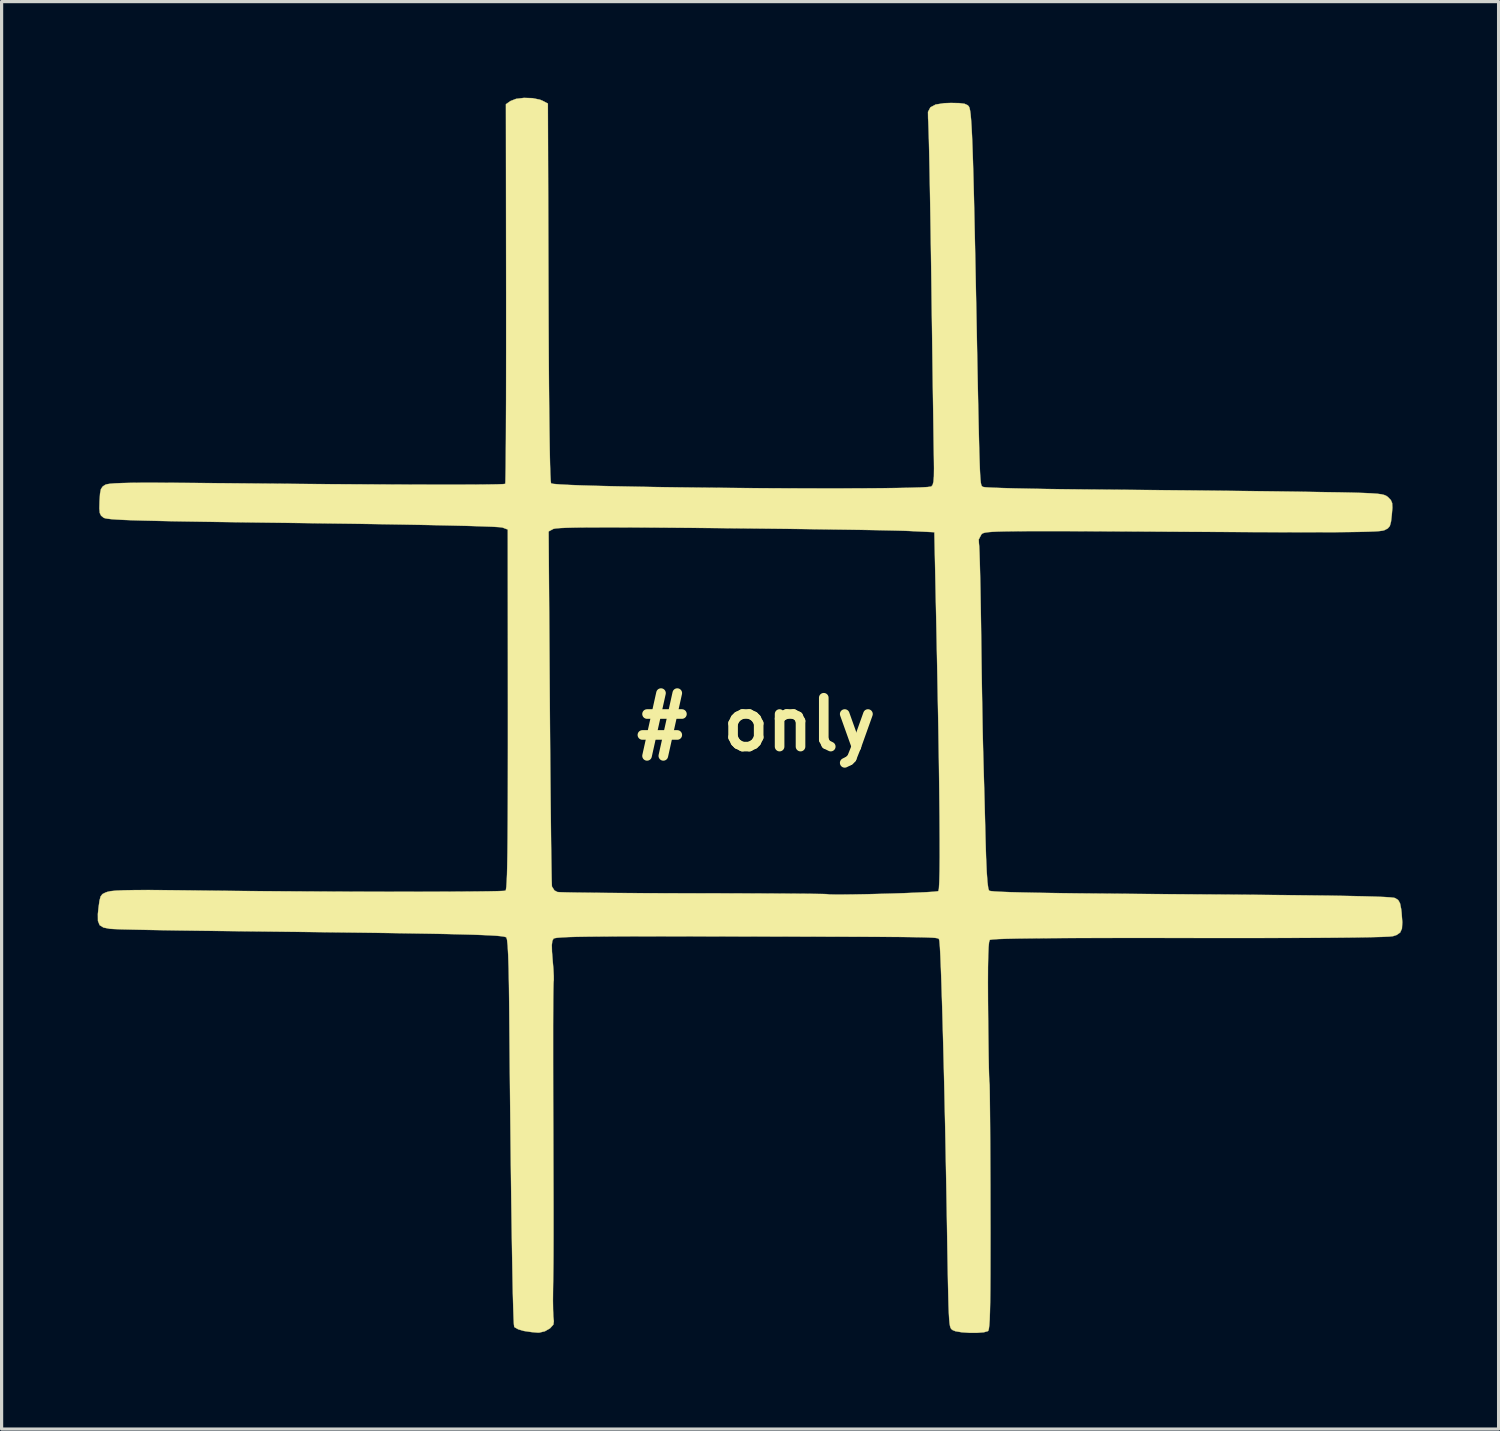
<source format=kicad_pcb>
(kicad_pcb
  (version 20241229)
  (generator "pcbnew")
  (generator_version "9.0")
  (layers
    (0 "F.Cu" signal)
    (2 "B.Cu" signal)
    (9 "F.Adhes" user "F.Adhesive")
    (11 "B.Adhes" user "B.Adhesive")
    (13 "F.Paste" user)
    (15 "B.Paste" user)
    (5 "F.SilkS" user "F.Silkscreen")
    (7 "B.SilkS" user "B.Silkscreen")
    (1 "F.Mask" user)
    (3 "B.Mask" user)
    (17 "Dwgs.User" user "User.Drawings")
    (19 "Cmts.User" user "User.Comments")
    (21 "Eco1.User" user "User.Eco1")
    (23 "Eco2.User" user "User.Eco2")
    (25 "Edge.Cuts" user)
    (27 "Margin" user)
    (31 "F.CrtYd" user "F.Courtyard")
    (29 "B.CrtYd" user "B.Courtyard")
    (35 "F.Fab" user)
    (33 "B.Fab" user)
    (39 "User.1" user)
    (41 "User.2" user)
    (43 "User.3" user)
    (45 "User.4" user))
  (footprint "# only"
    (layer "F.Cu")
    (at 20.554 19.56)
    (property "Reference" "# only" (at 0 0 0) (layer "F.SilkS") (effects (font (size 1.524 1.524) (thickness 0.3))))
    (attr through_hole)
    (fp_poly (pts (xy -6.988 -19.547) (xy -6.756 -19.5) (xy -6.679 -19.469) (xy -6.506 -19.379) (xy -6.487 -13.484) (xy -6.483 -12.415) (xy -6.478 -11.441) (xy -6.472 -10.568) (xy -6.465 -9.797) (xy -6.457 -9.133) (xy -6.448 -8.578) (xy -6.439 -8.137) (xy -6.429 -7.812) (xy -6.418 -7.607) (xy -6.407 -7.526) (xy -6.406 -7.525) (xy -6.328 -7.508) (xy -6.133 -7.492) (xy -5.834 -7.476) (xy -5.44 -7.461) (xy -4.963 -7.447) (xy -4.413 -7.434) (xy -3.802 -7.422) (xy -3.14 -7.41) (xy -2.438 -7.4) (xy -1.708 -7.391) (xy -0.959 -7.384) (xy -0.204 -7.377) (xy 0.548 -7.372) (xy 1.285 -7.369) (xy 1.996 -7.368) (xy 2.671 -7.368) (xy 3.298 -7.37) (xy 3.866 -7.374) (xy 4.366 -7.38) (xy 4.785 -7.388) (xy 5.113 -7.398) (xy 5.339 -7.41) (xy 5.452 -7.425) (xy 5.461 -7.429) (xy 5.502 -7.477) (xy 5.528 -7.575) (xy 5.542 -7.743) (xy 5.545 -8) (xy 5.542 -8.269) (xy 5.539 -8.46) (xy 5.534 -8.766) (xy 5.528 -9.175) (xy 5.521 -9.675) (xy 5.512 -10.254) (xy 5.503 -10.9) (xy 5.493 -11.602) (xy 5.483 -12.346) (xy 5.472 -13.122) (xy 5.462 -13.865) (xy 5.451 -14.642) (xy 5.44 -15.386) (xy 5.428 -16.087) (xy 5.417 -16.734) (xy 5.406 -17.317) (xy 5.395 -17.827) (xy 5.385 -18.251) (xy 5.375 -18.58) (xy 5.367 -18.804) (xy 5.36 -18.912) (xy 5.36 -18.914) (xy 5.357 -19.118) (xy 5.432 -19.26) (xy 5.597 -19.348) (xy 5.866 -19.39) (xy 6.073 -19.397) (xy 6.334 -19.392) (xy 6.498 -19.371) (xy 6.595 -19.327) (xy 6.632 -19.288) (xy 6.651 -19.246) (xy 6.669 -19.168) (xy 6.686 -19.049) (xy 6.701 -18.881) (xy 6.716 -18.656) (xy 6.731 -18.368) (xy 6.745 -18.009) (xy 6.76 -17.573) (xy 6.775 -17.051) (xy 6.791 -16.438) (xy 6.807 -15.724) (xy 6.825 -14.905) (xy 6.844 -13.971) (xy 6.862 -13.081) (xy 6.881 -12.109) (xy 6.897 -11.256) (xy 6.912 -10.514) (xy 6.925 -9.876) (xy 6.937 -9.333) (xy 6.948 -8.878) (xy 6.957 -8.503) (xy 6.967 -8.2) (xy 6.976 -7.961) (xy 6.985 -7.778) (xy 6.995 -7.643) (xy 7.005 -7.55) (xy 7.017 -7.488) (xy 7.03 -7.452) (xy 7.044 -7.433) (xy 7.06 -7.423) (xy 7.079 -7.414) (xy 7.08 -7.413) (xy 7.16 -7.402) (xy 7.356 -7.391) (xy 7.656 -7.38) (xy 8.048 -7.369) (xy 8.521 -7.359) (xy 9.063 -7.349) (xy 9.663 -7.341) (xy 10.309 -7.334) (xy 10.877 -7.329) (xy 11.653 -7.322) (xy 12.474 -7.315) (xy 13.314 -7.307) (xy 14.15 -7.298) (xy 14.959 -7.289) (xy 15.717 -7.281) (xy 16.399 -7.272) (xy 16.982 -7.264) (xy 17.071 -7.262) (xy 17.7 -7.252) (xy 18.215 -7.244) (xy 18.627 -7.235) (xy 18.95 -7.225) (xy 19.195 -7.214) (xy 19.376 -7.201) (xy 19.503 -7.185) (xy 19.591 -7.164) (xy 19.652 -7.139) (xy 19.697 -7.109) (xy 19.72 -7.089) (xy 19.802 -7.003) (xy 19.842 -6.909) (xy 19.849 -6.766) (xy 19.832 -6.549) (xy 19.806 -6.327) (xy 19.77 -6.195) (xy 19.707 -6.12) (xy 19.601 -6.064) (xy 19.596 -6.063) (xy 19.542 -6.049) (xy 19.444 -6.036) (xy 19.297 -6.026) (xy 19.094 -6.018) (xy 18.828 -6.011) (xy 18.492 -6.006) (xy 18.079 -6.002) (xy 17.582 -6.001) (xy 16.994 -6) (xy 16.31 -6.002) (xy 15.52 -6.004) (xy 14.62 -6.009) (xy 13.602 -6.014) (xy 13.27 -6.016) (xy 12.25 -6.022) (xy 11.35 -6.027) (xy 10.561 -6.031) (xy 9.876 -6.034) (xy 9.289 -6.035) (xy 8.79 -6.035) (xy 8.372 -6.034) (xy 8.029 -6.031) (xy 7.752 -6.027) (xy 7.533 -6.021) (xy 7.366 -6.013) (xy 7.242 -6.003) (xy 7.154 -5.991) (xy 7.095 -5.977) (xy 7.056 -5.96) (xy 7.031 -5.942) (xy 7.026 -5.937) (xy 6.94 -5.774) (xy 6.946 -5.657) (xy 6.955 -5.56) (xy 6.964 -5.35) (xy 6.974 -5.041) (xy 6.984 -4.648) (xy 6.994 -4.184) (xy 7.003 -3.663) (xy 7.012 -3.101) (xy 7.016 -2.794) (xy 7.024 -2.169) (xy 7.033 -1.541) (xy 7.043 -0.929) (xy 7.053 -0.356) (xy 7.062 0.158) (xy 7.072 0.592) (xy 7.08 0.924) (xy 7.082 0.984) (xy 7.093 1.382) (xy 7.107 1.869) (xy 7.122 2.406) (xy 7.136 2.955) (xy 7.149 3.477) (xy 7.152 3.588) (xy 7.169 4.149) (xy 7.189 4.592) (xy 7.212 4.914) (xy 7.238 5.114) (xy 7.262 5.185) (xy 7.313 5.198) (xy 7.44 5.211) (xy 7.648 5.222) (xy 7.943 5.233) (xy 8.328 5.243) (xy 8.809 5.253) (xy 9.39 5.262) (xy 10.076 5.271) (xy 10.872 5.279) (xy 11.783 5.287) (xy 12.812 5.295) (xy 13.557 5.301) (xy 14.668 5.309) (xy 15.657 5.317) (xy 16.528 5.325) (xy 17.288 5.334) (xy 17.941 5.342) (xy 18.493 5.352) (xy 18.947 5.362) (xy 19.31 5.372) (xy 19.586 5.383) (xy 19.78 5.395) (xy 19.898 5.408) (xy 19.939 5.419) (xy 20.032 5.481) (xy 20.088 5.581) (xy 20.123 5.754) (xy 20.137 5.874) (xy 20.159 6.171) (xy 20.148 6.369) (xy 20.092 6.492) (xy 19.984 6.568) (xy 19.872 6.605) (xy 19.758 6.618) (xy 19.519 6.629) (xy 19.153 6.638) (xy 18.662 6.646) (xy 18.047 6.653) (xy 17.308 6.658) (xy 16.445 6.661) (xy 15.46 6.663) (xy 14.352 6.663) (xy 13.491 6.662) (xy 12.383 6.661) (xy 11.396 6.661) (xy 10.528 6.662) (xy 9.774 6.664) (xy 9.129 6.668) (xy 8.588 6.673) (xy 8.147 6.679) (xy 7.802 6.687) (xy 7.548 6.696) (xy 7.381 6.707) (xy 7.296 6.719) (xy 7.284 6.724) (xy 7.263 6.791) (xy 7.247 6.95) (xy 7.236 7.207) (xy 7.229 7.569) (xy 7.227 8.041) (xy 7.229 8.631) (xy 7.232 8.969) (xy 7.237 9.483) (xy 7.243 9.955) (xy 7.249 10.371) (xy 7.256 10.717) (xy 7.263 10.977) (xy 7.269 11.136) (xy 7.274 11.182) (xy 7.279 11.25) (xy 7.283 11.435) (xy 7.287 11.724) (xy 7.291 12.107) (xy 7.295 12.573) (xy 7.298 13.11) (xy 7.301 13.708) (xy 7.304 14.355) (xy 7.305 15.04) (xy 7.305 15.049) (xy 7.307 15.865) (xy 7.306 16.563) (xy 7.305 17.151) (xy 7.302 17.637) (xy 7.297 18.032) (xy 7.29 18.342) (xy 7.282 18.576) (xy 7.27 18.744) (xy 7.257 18.854) (xy 7.241 18.914) (xy 7.228 18.931) (xy 7.101 18.967) (xy 6.892 18.984) (xy 6.646 18.984) (xy 6.406 18.967) (xy 6.215 18.935) (xy 6.13 18.901) (xy 6.103 18.882) (xy 6.08 18.86) (xy 6.061 18.827) (xy 6.044 18.771) (xy 6.03 18.684) (xy 6.018 18.554) (xy 6.008 18.373) (xy 5.998 18.13) (xy 5.99 17.815) (xy 5.981 17.418) (xy 5.972 16.929) (xy 5.961 16.339) (xy 5.95 15.637) (xy 5.943 15.208) (xy 5.926 14.276) (xy 5.909 13.358) (xy 5.891 12.465) (xy 5.872 11.604) (xy 5.853 10.784) (xy 5.833 10.015) (xy 5.814 9.305) (xy 5.795 8.662) (xy 5.777 8.096) (xy 5.76 7.614) (xy 5.744 7.227) (xy 5.729 6.942) (xy 5.715 6.769) (xy 5.706 6.717) (xy 5.699 6.703) (xy 5.692 6.69) (xy 5.677 6.679) (xy 5.647 6.67) (xy 5.596 6.661) (xy 5.516 6.654) (xy 5.401 6.648) (xy 5.242 6.642) (xy 5.034 6.638) (xy 4.768 6.634) (xy 4.438 6.63) (xy 4.037 6.628) (xy 3.558 6.625) (xy 2.993 6.623) (xy 2.336 6.621) (xy 1.579 6.619) (xy 0.715 6.617) (xy -0.263 6.615) (xy -1.203 6.613) (xy -2.154 6.611) (xy -2.986 6.61) (xy -3.706 6.611) (xy -4.32 6.612) (xy -4.836 6.616) (xy -5.263 6.62) (xy -5.606 6.626) (xy -5.873 6.634) (xy -6.072 6.644) (xy -6.209 6.655) (xy -6.293 6.668) (xy -6.33 6.684) (xy -6.368 6.755) (xy -6.383 6.884) (xy -6.378 7.095) (xy -6.356 7.368) (xy -6.334 7.632) (xy -6.323 7.847) (xy -6.322 7.983) (xy -6.327 8.014) (xy -6.331 8.083) (xy -6.335 8.269) (xy -6.339 8.559) (xy -6.341 8.942) (xy -6.343 9.406) (xy -6.343 9.94) (xy -6.343 10.533) (xy -6.342 11.174) (xy -6.341 11.728) (xy -6.337 12.627) (xy -6.335 13.41) (xy -6.333 14.089) (xy -6.331 14.674) (xy -6.33 15.176) (xy -6.33 15.607) (xy -6.33 15.977) (xy -6.331 16.299) (xy -6.332 16.582) (xy -6.334 16.839) (xy -6.337 17.08) (xy -6.34 17.316) (xy -6.344 17.559) (xy -6.345 17.653) (xy -6.348 17.978) (xy -6.344 18.262) (xy -6.336 18.479) (xy -6.323 18.602) (xy -6.319 18.614) (xy -6.334 18.728) (xy -6.439 18.844) (xy -6.599 18.936) (xy -6.78 18.979) (xy -6.819 18.979) (xy -7.02 18.961) (xy -7.243 18.928) (xy -7.261 18.925) (xy -7.431 18.875) (xy -7.543 18.812) (xy -7.555 18.798) (xy -7.566 18.719) (xy -7.576 18.517) (xy -7.587 18.196) (xy -7.599 17.759) (xy -7.61 17.211) (xy -7.622 16.556) (xy -7.634 15.797) (xy -7.647 14.938) (xy -7.659 13.983) (xy -7.671 12.936) (xy -7.684 11.801) (xy -7.696 10.581) (xy -7.708 9.281) (xy -7.712 8.812) (xy -7.72 8.152) (xy -7.73 7.615) (xy -7.744 7.2) (xy -7.76 6.902) (xy -7.78 6.718) (xy -7.801 6.647) (xy -7.828 6.632) (xy -7.886 6.618) (xy -7.981 6.605) (xy -8.12 6.592) (xy -8.307 6.581) (xy -8.549 6.57) (xy -8.852 6.559) (xy -9.222 6.549) (xy -9.665 6.538) (xy -10.186 6.528) (xy -10.791 6.518) (xy -11.487 6.507) (xy -12.279 6.496) (xy -13.173 6.485) (xy -14.176 6.473) (xy -15.292 6.46) (xy -16.528 6.446) (xy -16.796 6.443) (xy -17.422 6.435) (xy -18.017 6.427) (xy -18.567 6.418) (xy -19.058 6.409) (xy -19.478 6.4) (xy -19.812 6.392) (xy -20.047 6.383) (xy -20.169 6.376) (xy -20.172 6.376) (xy -20.373 6.337) (xy -20.493 6.263) (xy -20.547 6.131) (xy -20.549 5.914) (xy -20.531 5.735) (xy -20.5 5.505) (xy -20.465 5.369) (xy -20.407 5.293) (xy -20.31 5.244) (xy -20.256 5.225) (xy -20.154 5.202) (xy -19.984 5.185) (xy -19.737 5.174) (xy -19.401 5.168) (xy -18.968 5.166) (xy -18.427 5.17) (xy -17.875 5.176) (xy -17.155 5.185) (xy -16.399 5.193) (xy -15.619 5.2) (xy -14.824 5.206) (xy -14.025 5.211) (xy -13.231 5.215) (xy -12.454 5.218) (xy -11.703 5.219) (xy -10.989 5.22) (xy -10.321 5.219) (xy -9.711 5.218) (xy -9.169 5.215) (xy -8.704 5.211) (xy -8.327 5.206) (xy -8.049 5.2) (xy -7.879 5.193) (xy -7.828 5.186) (xy -7.814 5.151) (xy -7.801 5.06) (xy -7.791 4.906) (xy -7.781 4.684) (xy -7.774 4.386) (xy -7.767 4.007) (xy -7.762 3.54) (xy -7.758 2.978) (xy -7.755 2.316) (xy -7.754 1.547) (xy -7.753 0.665) (xy -7.753 -0.338) (xy -7.753 -0.473) (xy -7.756 -6.025) (xy -6.483 -6.025) (xy -6.445 -0.552) (xy -6.439 0.274) (xy -6.433 1.064) (xy -6.426 1.811) (xy -6.419 2.504) (xy -6.412 3.133) (xy -6.406 3.691) (xy -6.399 4.166) (xy -6.393 4.55) (xy -6.388 4.833) (xy -6.382 5.006) (xy -6.379 5.057) (xy -6.301 5.179) (xy -6.208 5.228) (xy -6.121 5.234) (xy -5.918 5.24) (xy -5.61 5.246) (xy -5.208 5.251) (xy -4.723 5.256) (xy -4.167 5.26) (xy -3.55 5.264) (xy -2.883 5.267) (xy -2.178 5.269) (xy -1.94 5.269) (xy -1.228 5.27) (xy -0.555 5.272) (xy 0.069 5.274) (xy 0.634 5.277) (xy 1.129 5.28) (xy 1.543 5.283) (xy 1.866 5.287) (xy 2.087 5.29) (xy 2.195 5.294) (xy 2.205 5.295) (xy 2.276 5.304) (xy 2.455 5.308) (xy 2.719 5.308) (xy 3.05 5.304) (xy 3.428 5.297) (xy 3.83 5.287) (xy 4.239 5.276) (xy 4.632 5.263) (xy 4.991 5.248) (xy 5.295 5.234) (xy 5.523 5.22) (xy 5.656 5.206) (xy 5.681 5.199) (xy 5.698 5.118) (xy 5.71 4.912) (xy 5.719 4.581) (xy 5.723 4.129) (xy 5.722 3.555) (xy 5.718 2.862) (xy 5.709 2.051) (xy 5.697 1.124) (xy 5.68 0.081) (xy 5.658 -1.075) (xy 5.633 -2.342) (xy 5.628 -2.603) (xy 5.556 -6.001) (xy 4.763 -6.04) (xy 4.573 -6.047) (xy 4.267 -6.055) (xy 3.858 -6.064) (xy 3.357 -6.073) (xy 2.775 -6.082) (xy 2.124 -6.091) (xy 1.416 -6.101) (xy 0.661 -6.11) (xy -0.128 -6.119) (xy -0.939 -6.127) (xy -1.114 -6.129) (xy -2.088 -6.138) (xy -2.941 -6.145) (xy -3.681 -6.15) (xy -4.314 -6.152) (xy -4.847 -6.152) (xy -5.287 -6.151) (xy -5.641 -6.147) (xy -5.915 -6.14) (xy -6.116 -6.131) (xy -6.251 -6.12) (xy -6.326 -6.107) (xy -6.34 -6.101) (xy -6.483 -6.025) (xy -7.756 -6.025) (xy -7.756 -6.084) (xy -7.926 -6.148) (xy -8.018 -6.159) (xy -8.232 -6.172) (xy -8.562 -6.184) (xy -9.002 -6.198) (xy -9.546 -6.211) (xy -10.191 -6.225) (xy -10.928 -6.239) (xy -11.755 -6.253) (xy -12.663 -6.267) (xy -13.649 -6.28) (xy -14.161 -6.287) (xy -15.195 -6.3) (xy -16.109 -6.312) (xy -16.911 -6.323) (xy -17.608 -6.334) (xy -18.207 -6.344) (xy -18.714 -6.355) (xy -19.138 -6.365) (xy -19.486 -6.375) (xy -19.764 -6.386) (xy -19.981 -6.398) (xy -20.142 -6.41) (xy -20.256 -6.424) (xy -20.33 -6.438) (xy -20.37 -6.454) (xy -20.37 -6.454) (xy -20.449 -6.517) (xy -20.49 -6.602) (xy -20.503 -6.743) (xy -20.497 -6.971) (xy -20.482 -7.203) (xy -20.454 -7.344) (xy -20.4 -7.426) (xy -20.32 -7.48) (xy -20.265 -7.498) (xy -20.169 -7.513) (xy -20.022 -7.525) (xy -19.817 -7.534) (xy -19.542 -7.541) (xy -19.19 -7.544) (xy -18.75 -7.544) (xy -18.214 -7.542) (xy -17.572 -7.538) (xy -16.815 -7.531) (xy -16.573 -7.529) (xy -15.42 -7.518) (xy -14.326 -7.508) (xy -13.298 -7.5) (xy -12.34 -7.494) (xy -11.459 -7.489) (xy -10.659 -7.486) (xy -9.948 -7.485) (xy -9.329 -7.485) (xy -8.81 -7.486) (xy -8.395 -7.49) (xy -8.091 -7.495) (xy -7.903 -7.502) (xy -7.836 -7.51) (xy -7.831 -7.577) (xy -7.827 -7.762) (xy -7.822 -8.057) (xy -7.819 -8.451) (xy -7.815 -8.938) (xy -7.813 -9.506) (xy -7.81 -10.149) (xy -7.809 -10.856) (xy -7.808 -11.62) (xy -7.808 -12.43) (xy -7.808 -13.278) (xy -7.808 -13.451) (xy -7.815 -19.357) (xy -7.671 -19.458) (xy -7.497 -19.525) (xy -7.252 -19.555) (xy -6.988 -19.547)) (stroke (width 0.01) (type solid)) (fill yes) (layer "F.SilkS")))
  (gr_rect
    (start -3 -3)
    (end 43.718 41.549)
    (stroke (width 0.1) (type default))
    (fill no)
    (layer "Edge.Cuts")))
</source>
